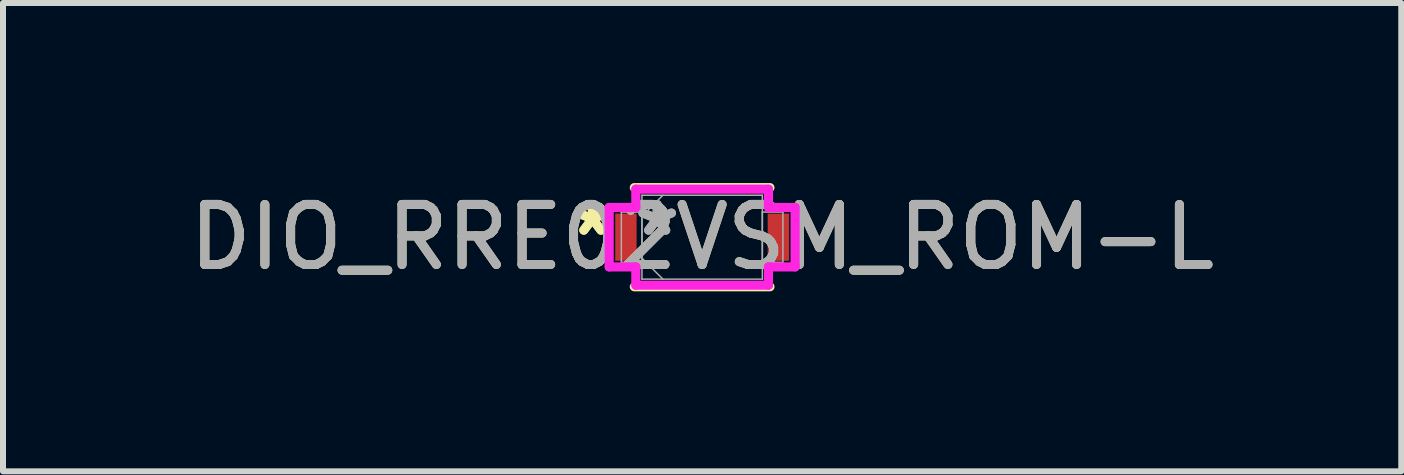
<source format=kicad_pcb>
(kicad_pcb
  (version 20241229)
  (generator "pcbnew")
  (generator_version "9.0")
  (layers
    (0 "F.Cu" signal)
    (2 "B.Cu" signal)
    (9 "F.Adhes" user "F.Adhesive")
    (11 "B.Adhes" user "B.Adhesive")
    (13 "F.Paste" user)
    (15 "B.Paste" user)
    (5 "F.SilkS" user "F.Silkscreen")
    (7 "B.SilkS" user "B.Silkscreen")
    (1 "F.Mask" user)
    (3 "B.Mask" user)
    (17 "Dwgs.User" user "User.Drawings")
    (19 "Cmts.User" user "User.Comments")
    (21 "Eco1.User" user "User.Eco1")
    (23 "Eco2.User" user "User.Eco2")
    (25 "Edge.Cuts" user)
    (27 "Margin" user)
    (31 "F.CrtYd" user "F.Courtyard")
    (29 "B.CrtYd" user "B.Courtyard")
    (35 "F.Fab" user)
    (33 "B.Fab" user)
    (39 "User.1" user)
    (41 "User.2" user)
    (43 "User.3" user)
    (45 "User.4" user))
  (footprint "DIO_RRE02VSM_ROM-L"
    (layer "F.Cu")
    (at 8.649 0.902)
    (property "Reference" "DIO_RRE02VSM_ROM-L" (at 0 0 0) (unlocked yes) (layer "F.SilkS") (effects (font (size 1 1) (thickness 0.15))))
    (attr smd)
    (fp_line (start -1.13 0.826) (end 1.13 0.826) (stroke (width 0.152) (type solid)) (layer "F.SilkS"))
    (fp_line (start 1.13 -0.826) (end -1.13 -0.826) (stroke (width 0.152) (type solid)) (layer "F.SilkS"))
    (fp_line (start -1.549 -0.495) (end -1.105 -0.495) (stroke (width 0.152) (type solid)) (layer "F.CrtYd"))
    (fp_line (start -1.549 0.495) (end -1.549 -0.495) (stroke (width 0.152) (type solid)) (layer "F.CrtYd"))
    (fp_line (start -1.105 -0.8) (end 1.105 -0.8) (stroke (width 0.152) (type solid)) (layer "F.CrtYd"))
    (fp_line (start -1.105 -0.495) (end -1.105 -0.8) (stroke (width 0.152) (type solid)) (layer "F.CrtYd"))
    (fp_line (start -1.105 0.495) (end -1.549 0.495) (stroke (width 0.152) (type solid)) (layer "F.CrtYd"))
    (fp_line (start -1.105 0.8) (end -1.105 0.495) (stroke (width 0.152) (type solid)) (layer "F.CrtYd"))
    (fp_line (start 1.105 -0.8) (end 1.105 -0.495) (stroke (width 0.152) (type solid)) (layer "F.CrtYd"))
    (fp_line (start 1.105 -0.495) (end 1.549 -0.495) (stroke (width 0.152) (type solid)) (layer "F.CrtYd"))
    (fp_line (start 1.105 0.495) (end 1.105 0.8) (stroke (width 0.152) (type solid)) (layer "F.CrtYd"))
    (fp_line (start 1.105 0.8) (end -1.105 0.8) (stroke (width 0.152) (type solid)) (layer "F.CrtYd"))
    (fp_line (start 1.549 -0.495) (end 1.549 0.495) (stroke (width 0.152) (type solid)) (layer "F.CrtYd"))
    (fp_line (start 1.549 0.495) (end 1.105 0.495) (stroke (width 0.152) (type solid)) (layer "F.CrtYd"))
    (fp_line (start -1.346 -0.419) (end -1.346 0.419) (stroke (width 0.025) (type solid)) (layer "F.Fab"))
    (fp_line (start -1.346 0.419) (end -1.003 0.419) (stroke (width 0.025) (type solid)) (layer "F.Fab"))
    (fp_line (start -1.003 -0.699) (end -1.003 0.699) (stroke (width 0.025) (type solid)) (layer "F.Fab"))
    (fp_line (start -1.003 -0.419) (end -1.346 -0.419) (stroke (width 0.025) (type solid)) (layer "F.Fab"))
    (fp_line (start -1.003 -0.349) (end -0.654 -0.699) (stroke (width 0.025) (type solid)) (layer "F.Fab"))
    (fp_line (start -1.003 0.349) (end -0.654 0.699) (stroke (width 0.025) (type solid)) (layer "F.Fab"))
    (fp_line (start -1.003 0.419) (end -1.003 -0.419) (stroke (width 0.025) (type solid)) (layer "F.Fab"))
    (fp_line (start -1.003 0.699) (end 1.003 0.699) (stroke (width 0.025) (type solid)) (layer "F.Fab"))
    (fp_line (start 1.003 -0.699) (end -1.003 -0.699) (stroke (width 0.025) (type solid)) (layer "F.Fab"))
    (fp_line (start 1.003 -0.419) (end 1.003 0.419) (stroke (width 0.025) (type solid)) (layer "F.Fab"))
    (fp_line (start 1.003 0.419) (end 1.346 0.419) (stroke (width 0.025) (type solid)) (layer "F.Fab"))
    (fp_line (start 1.003 0.699) (end 1.003 -0.699) (stroke (width 0.025) (type solid)) (layer "F.Fab"))
    (fp_line (start 1.346 -0.419) (end 1.003 -0.419) (stroke (width 0.025) (type solid)) (layer "F.Fab"))
    (fp_line (start 1.346 0.419) (end 1.346 -0.419) (stroke (width 0.025) (type solid)) (layer "F.Fab"))
    (fp_text user "*" (at -1.829 0 0) (layer "F.SilkS") (effects (font (size 1 1) (thickness 0.15))))
    (fp_text user "*" (at -1.829 0 0) (unlocked yes) (layer "F.SilkS") (effects (font (size 1 1) (thickness 0.15))))
    (fp_text user "${REFERENCE}" (at 0 0 0) (unlocked yes) (layer "F.Fab") (effects (font (size 1 1) (thickness 0.15))))
    (fp_text user "*" (at -0.749 0 0) (layer "F.Fab") (effects (font (size 1 1) (thickness 0.15))))
    (fp_text user "*" (at -0.749 0 0) (unlocked yes) (layer "F.Fab") (effects (font (size 1 1) (thickness 0.15))))
    (pad "1" smd rect (at -1.27 0) (size 0.356 0.787) (layers "F.Cu" "F.Mask" "F.Paste"))
    (pad "2" smd rect (at 1.27 0) (size 0.356 0.787) (layers "F.Cu" "F.Mask" "F.Paste"))
    (zone (net_name "") (layer "F.Cu") (hatch full 0.508) (connect_pads) (min_thickness 0.254) (filled_areas_thickness no) (keepout (tracks not_allowed) (vias not_allowed) (pads allowed) (copperpour not_allowed) (footprints allowed)) (placement (enabled no)) (fill) (polygon (pts (xy 7.607 0.254) (xy 9.69 0.254) (xy 9.69 1.549) (xy 7.607 1.549)))))
  (gr_rect
    (start -3 -3)
    (end 20.298 4.803)
    (stroke (width 0.1) (type default))
    (fill no)
    (layer "Edge.Cuts")))
</source>
